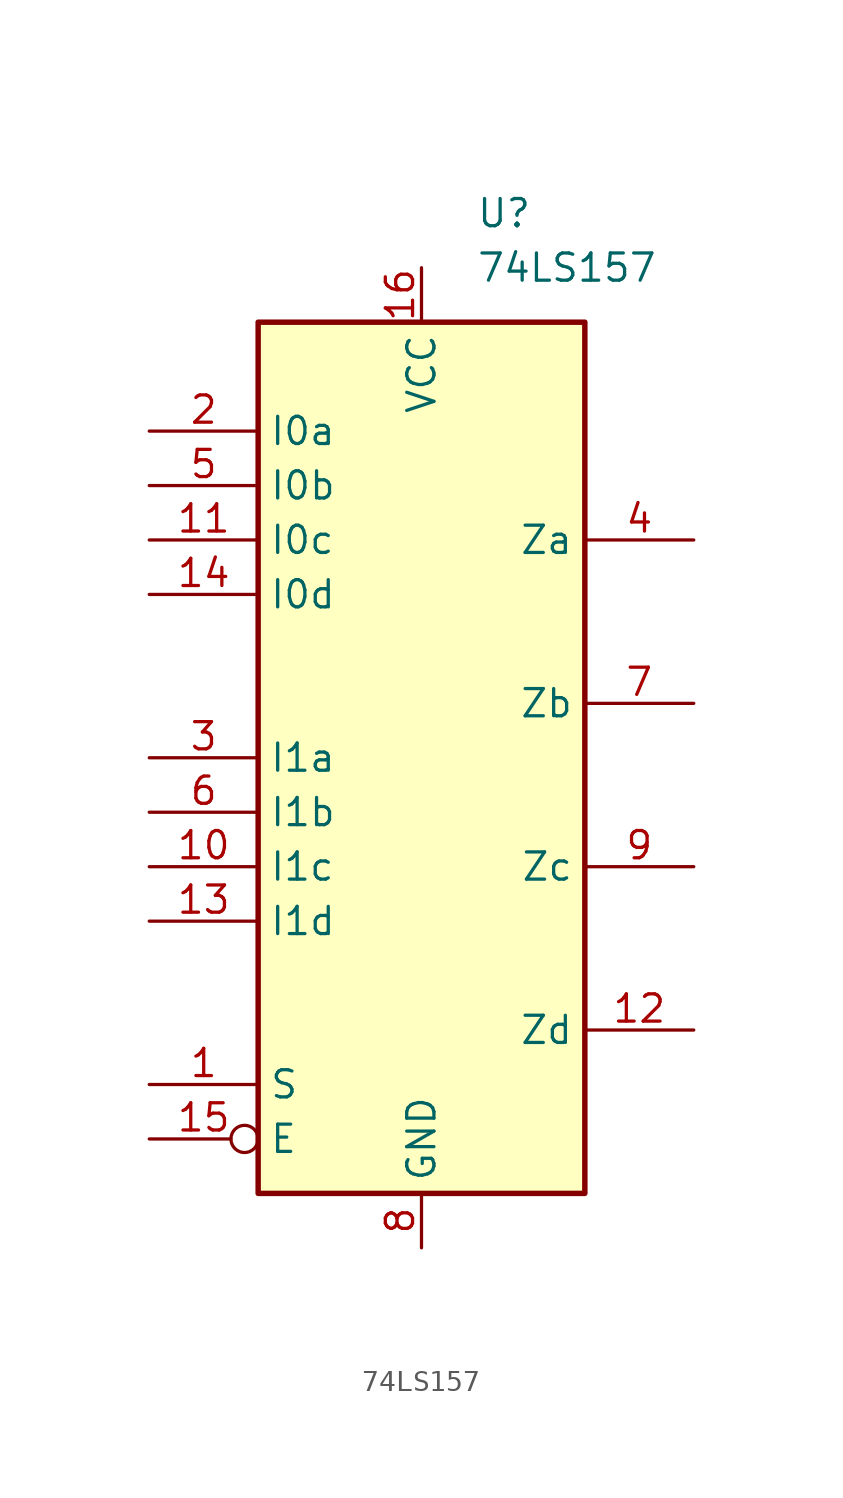
<source format=kicad_sym>
(kicad_symbol_lib
  (version 20231120)
  (generator "kicad_symbol_editor")
  (generator_version "8.0")
  (symbol "74LS157"
    (property "Reference" "U"
      (at 2.54 25.4 0)
      (effects (font (size 1.27 1.27)) (justify left)))
    (property "Value" "74LS157"
      (at 2.54 22.86 0)
      (effects (font (size 1.27 1.27)) (justify left)))
    (symbol "74LS157_1_0"
      (pin input line (at -12.7 -15.24 0) (length 5.08) (name "S" (effects (font (size 1.27 1.27)))) (number "1" (effects (font (size 1.27 1.27)))))
      (pin input line (at -12.7 -5.08 0) (length 5.08) (name "I1c" (effects (font (size 1.27 1.27)))) (number "10" (effects (font (size 1.27 1.27)))))
      (pin input line (at -12.7 10.16 0) (length 5.08) (name "I0c" (effects (font (size 1.27 1.27)))) (number "11" (effects (font (size 1.27 1.27)))))
      (pin output line (at 12.7 -12.7 180) (length 5.08) (name "Zd" (effects (font (size 1.27 1.27)))) (number "12" (effects (font (size 1.27 1.27)))))
      (pin input line (at -12.7 -7.62 0) (length 5.08) (name "I1d" (effects (font (size 1.27 1.27)))) (number "13" (effects (font (size 1.27 1.27)))))
      (pin input line (at -12.7 7.62 0) (length 5.08) (name "I0d" (effects (font (size 1.27 1.27)))) (number "14" (effects (font (size 1.27 1.27)))))
      (pin input inverted (at -12.7 -17.78 0) (length 5.08) (name "E" (effects (font (size 1.27 1.27)))) (number "15" (effects (font (size 1.27 1.27)))))
      (pin power_in line (at 0 22.86 270) (length 2.54) (name "VCC" (effects (font (size 1.27 1.27)))) (number "16" (effects (font (size 1.27 1.27)))))
      (pin input line (at -12.7 15.24 0) (length 5.08) (name "I0a" (effects (font (size 1.27 1.27)))) (number "2" (effects (font (size 1.27 1.27)))))
      (pin input line (at -12.7 0 0) (length 5.08) (name "I1a" (effects (font (size 1.27 1.27)))) (number "3" (effects (font (size 1.27 1.27)))))
      (pin output line (at 12.7 10.16 180) (length 5.08) (name "Za" (effects (font (size 1.27 1.27)))) (number "4" (effects (font (size 1.27 1.27)))))
      (pin input line (at -12.7 12.7 0) (length 5.08) (name "I0b" (effects (font (size 1.27 1.27)))) (number "5" (effects (font (size 1.27 1.27)))))
      (pin input line (at -12.7 -2.54 0) (length 5.08) (name "I1b" (effects (font (size 1.27 1.27)))) (number "6" (effects (font (size 1.27 1.27)))))
      (pin output line (at 12.7 2.54 180) (length 5.08) (name "Zb" (effects (font (size 1.27 1.27)))) (number "7" (effects (font (size 1.27 1.27)))))
      (pin power_in line (at 0 -22.86 90) (length 2.54) (name "GND" (effects (font (size 1.27 1.27)))) (number "8" (effects (font (size 1.27 1.27)))))
      (pin output line (at 12.7 -5.08 180) (length 5.08) (name "Zc" (effects (font (size 1.27 1.27)))) (number "9" (effects (font (size 1.27 1.27))))))
    (symbol "74LS157_1_1"
      (rectangle (start -7.62 20.32) (end 7.62 -20.32) (stroke (width 0.254) (type default)) (fill (type background))))))
</source>
